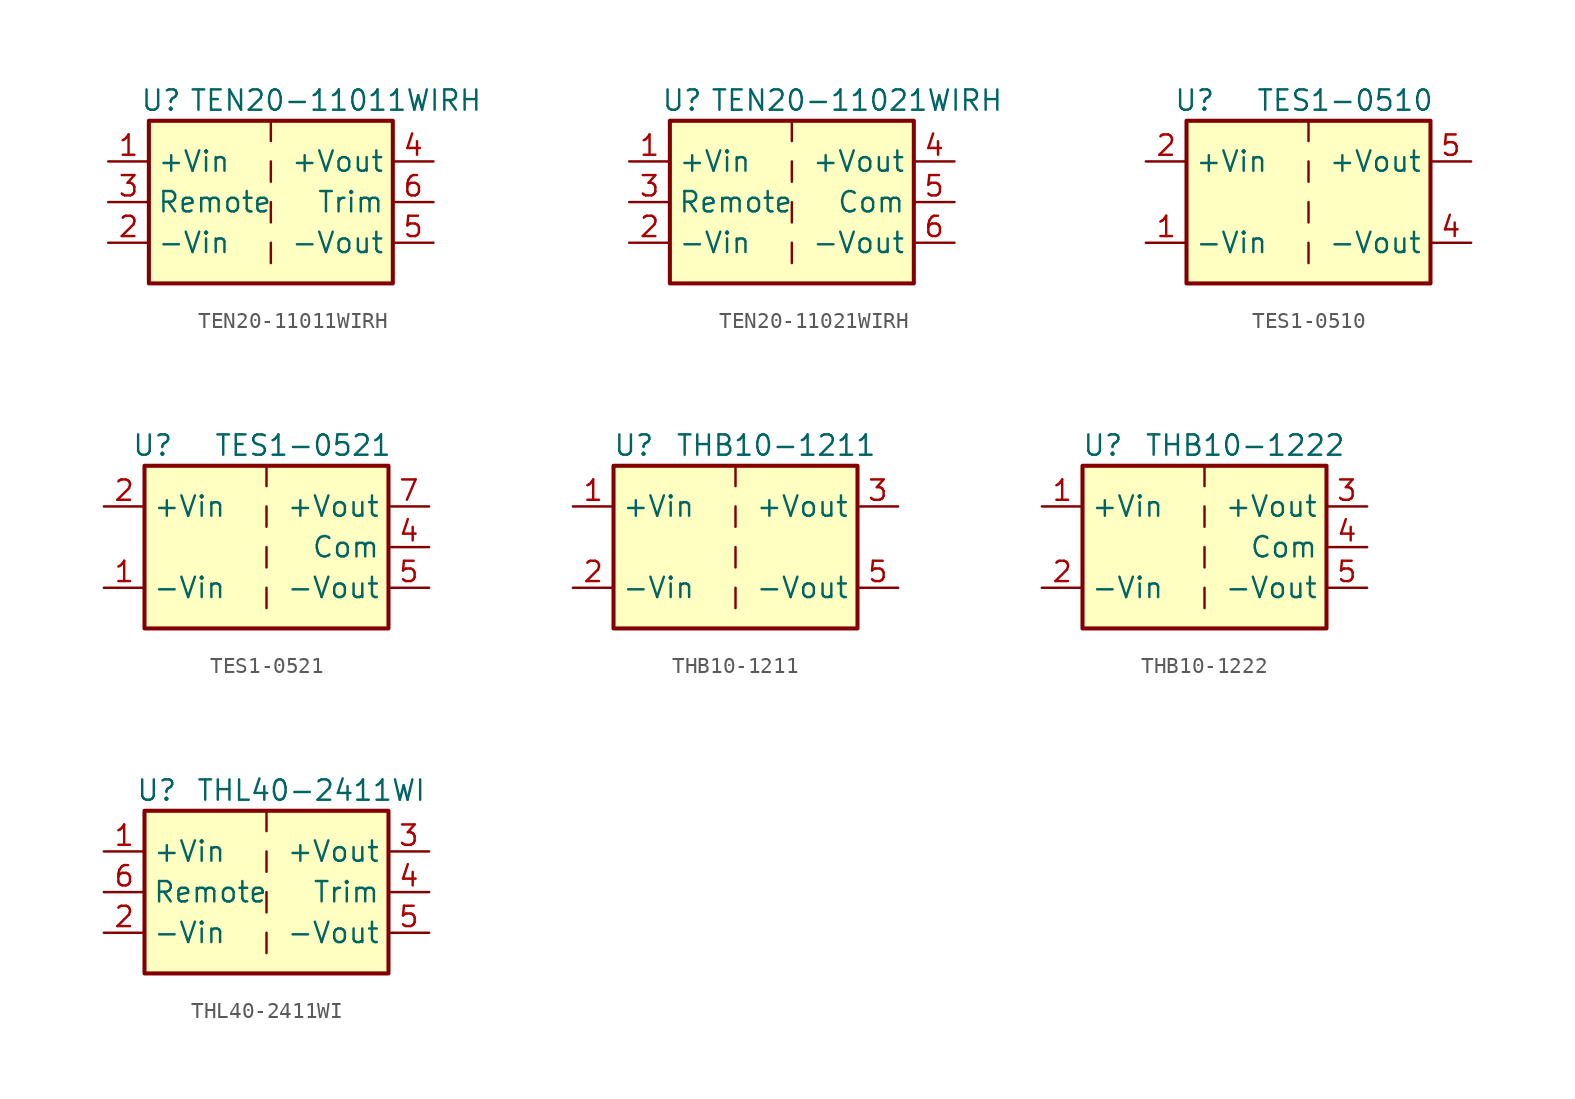
<source format=kicad_sym>
(kicad_symbol_lib
  (version 20241209)
  (generator "kicad_symbol_editor")
  (generator_version "9.0")
  (symbol "TEN20-11011WIRH"
    (property "Reference" "U"
      (at -6.858 6.35 0)
      (effects (font (size 1.27 1.27))))
    (property "Value" "TEN20-11011WIRH"
      (at 4.064 6.35 0)
      (effects (font (size 1.27 1.27))))
    (symbol "TEN20-11011WIRH_0_1"
      (rectangle (start -7.62 5.08) (end 7.62 -5.08) (stroke (width 0.254) (type default)) (fill (type background)))
      (polyline (pts (xy 0 5.08) (xy 0 3.81)) (stroke (width 0) (type default)) (fill (type none)))
      (polyline (pts (xy 0 2.54) (xy 0 1.27)) (stroke (width 0) (type default)) (fill (type none)))
      (polyline (pts (xy 0 0) (xy 0 -1.27)) (stroke (width 0) (type default)) (fill (type none)))
      (polyline (pts (xy 0 -2.54) (xy 0 -3.81)) (stroke (width 0) (type default)) (fill (type none))))
    (symbol "TEN20-11011WIRH_1_0"
      (pin power_in line (at -10.16 2.54 0) (length 2.54) (name "+Vin" (effects (font (size 1.27 1.27)))) (number "1" (effects (font (size 1.27 1.27)))))
      (pin input line (at -10.16 0 0) (length 2.54) (name "Remote" (effects (font (size 1.27 1.27)))) (number "3" (effects (font (size 1.27 1.27)))))
      (pin power_in line (at -10.16 -2.54 0) (length 2.54) (name "-Vin" (effects (font (size 1.27 1.27)))) (number "2" (effects (font (size 1.27 1.27)))))
      (pin power_out line (at 10.16 2.54 180) (length 2.54) (name "+Vout" (effects (font (size 1.27 1.27)))) (number "4" (effects (font (size 1.27 1.27)))))
      (pin input line (at 10.16 0 180) (length 2.54) (name "Trim" (effects (font (size 1.27 1.27)))) (number "6" (effects (font (size 1.27 1.27)))))
      (pin power_out line (at 10.16 -2.54 180) (length 2.54) (name "-Vout" (effects (font (size 1.27 1.27)))) (number "5" (effects (font (size 1.27 1.27)))))))
  (symbol "TEN20-11021WIRH"
    (property "Reference" "U"
      (at -6.858 6.35 0)
      (effects (font (size 1.27 1.27))))
    (property "Value" "TEN20-11021WIRH"
      (at 4.064 6.35 0)
      (effects (font (size 1.27 1.27))))
    (symbol "TEN20-11021WIRH_0_1"
      (rectangle (start -7.62 5.08) (end 7.62 -5.08) (stroke (width 0.254) (type default)) (fill (type background)))
      (polyline (pts (xy 0 5.08) (xy 0 3.81)) (stroke (width 0) (type default)) (fill (type none)))
      (polyline (pts (xy 0 2.54) (xy 0 1.27)) (stroke (width 0) (type default)) (fill (type none)))
      (polyline (pts (xy 0 0) (xy 0 -1.27)) (stroke (width 0) (type default)) (fill (type none)))
      (polyline (pts (xy 0 -2.54) (xy 0 -3.81)) (stroke (width 0) (type default)) (fill (type none))))
    (symbol "TEN20-11021WIRH_1_0"
      (pin power_in line (at -10.16 2.54 0) (length 2.54) (name "+Vin" (effects (font (size 1.27 1.27)))) (number "1" (effects (font (size 1.27 1.27)))))
      (pin input line (at -10.16 0 0) (length 2.54) (name "Remote" (effects (font (size 1.27 1.27)))) (number "3" (effects (font (size 1.27 1.27)))))
      (pin power_in line (at -10.16 -2.54 0) (length 2.54) (name "-Vin" (effects (font (size 1.27 1.27)))) (number "2" (effects (font (size 1.27 1.27)))))
      (pin power_out line (at 10.16 2.54 180) (length 2.54) (name "+Vout" (effects (font (size 1.27 1.27)))) (number "4" (effects (font (size 1.27 1.27)))))
      (pin power_out line (at 10.16 0 180) (length 2.54) (name "Com" (effects (font (size 1.27 1.27)))) (number "5" (effects (font (size 1.27 1.27)))))
      (pin power_out line (at 10.16 -2.54 180) (length 2.54) (name "-Vout" (effects (font (size 1.27 1.27)))) (number "6" (effects (font (size 1.27 1.27)))))))
  (symbol "TES1-0510"
    (property "Reference" "U"
      (at -7.112 6.35 0)
      (effects (font (size 1.27 1.27))))
    (property "Value" "TES1-0510"
      (at 2.286 6.35 0)
      (effects (font (size 1.27 1.27))))
    (symbol "TES1-0510_0_0"
      (pin power_in line (at -10.16 2.54 0) (length 2.54) (name "+Vin" (effects (font (size 1.27 1.27)))) (number "2" (effects (font (size 1.27 1.27)))))
      (pin power_in line (at -10.16 -2.54 0) (length 2.54) (name "-Vin" (effects (font (size 1.27 1.27)))) (number "1" (effects (font (size 1.27 1.27))))))
    (symbol "TES1-0510_0_1"
      (rectangle (start -7.62 5.08) (end 7.62 -5.08) (stroke (width 0.254) (type default)) (fill (type background)))
      (polyline (pts (xy 0 5.08) (xy 0 3.81)) (stroke (width 0) (type default)) (fill (type none)))
      (polyline (pts (xy 0 2.54) (xy 0 1.27)) (stroke (width 0) (type default)) (fill (type none)))
      (polyline (pts (xy 0 0) (xy 0 -1.27)) (stroke (width 0) (type default)) (fill (type none)))
      (polyline (pts (xy 0 -2.54) (xy 0 -3.81)) (stroke (width 0) (type default)) (fill (type none))))
    (symbol "TES1-0510_1_0"
      (pin no_connect line (at 0 5.08 270) (length 2.54) (hide yes) (name "NTC" (effects (font (size 1.27 1.27)))) (number "8" (effects (font (size 1.27 1.27)))))
      (pin power_out line (at 10.16 2.54 180) (length 2.54) (name "+Vout" (effects (font (size 1.27 1.27)))) (number "5" (effects (font (size 1.27 1.27)))))
      (pin power_out line (at 10.16 -2.54 180) (length 2.54) (name "-Vout" (effects (font (size 1.27 1.27)))) (number "4" (effects (font (size 1.27 1.27)))))))
  (symbol "TES1-0521"
    (property "Reference" "U"
      (at -7.112 6.35 0)
      (effects (font (size 1.27 1.27))))
    (property "Value" "TES1-0521"
      (at 2.286 6.35 0)
      (effects (font (size 1.27 1.27))))
    (symbol "TES1-0521_0_0"
      (pin power_in line (at -10.16 2.54 0) (length 2.54) (name "+Vin" (effects (font (size 1.27 1.27)))) (number "2" (effects (font (size 1.27 1.27)))))
      (pin power_in line (at -10.16 -2.54 0) (length 2.54) (name "-Vin" (effects (font (size 1.27 1.27)))) (number "1" (effects (font (size 1.27 1.27))))))
    (symbol "TES1-0521_0_1"
      (rectangle (start -7.62 5.08) (end 7.62 -5.08) (stroke (width 0.254) (type default)) (fill (type background)))
      (polyline (pts (xy 0 5.08) (xy 0 3.81)) (stroke (width 0) (type default)) (fill (type none)))
      (polyline (pts (xy 0 2.54) (xy 0 1.27)) (stroke (width 0) (type default)) (fill (type none)))
      (polyline (pts (xy 0 0) (xy 0 -1.27)) (stroke (width 0) (type default)) (fill (type none)))
      (polyline (pts (xy 0 -2.54) (xy 0 -3.81)) (stroke (width 0) (type default)) (fill (type none))))
    (symbol "TES1-0521_1_0"
      (pin no_connect line (at 0 5.08 270) (length 2.54) (hide yes) (name "NTC" (effects (font (size 1.27 1.27)))) (number "10" (effects (font (size 1.27 1.27)))))
      (pin power_out line (at 10.16 2.54 180) (length 2.54) (name "+Vout" (effects (font (size 1.27 1.27)))) (number "7" (effects (font (size 1.27 1.27)))))
      (pin power_out line (at 10.16 0 180) (length 2.54) (name "Com" (effects (font (size 1.27 1.27)))) (number "4" (effects (font (size 1.27 1.27)))))
      (pin power_out line (at 10.16 -2.54 180) (length 2.54) (name "-Vout" (effects (font (size 1.27 1.27)))) (number "5" (effects (font (size 1.27 1.27)))))))
  (symbol "THB10-1211"
    (property "Reference" "U"
      (at -6.35 6.35 0)
      (effects (font (size 1.27 1.27))))
    (property "Value" "THB10-1211"
      (at 2.54 6.35 0)
      (effects (font (size 1.27 1.27))))
    (symbol "THB10-1211_0_1"
      (rectangle (start -7.62 5.08) (end 7.62 -5.08) (stroke (width 0.254) (type default)) (fill (type background)))
      (polyline (pts (xy 0 5.08) (xy 0 3.81)) (stroke (width 0) (type default)) (fill (type none)))
      (polyline (pts (xy 0 2.54) (xy 0 1.27)) (stroke (width 0) (type default)) (fill (type none)))
      (polyline (pts (xy 0 0) (xy 0 -1.27)) (stroke (width 0) (type default)) (fill (type none)))
      (polyline (pts (xy 0 -2.54) (xy 0 -3.81)) (stroke (width 0) (type default)) (fill (type none))))
    (symbol "THB10-1211_1_1"
      (pin power_in line (at -10.16 2.54 0) (length 2.54) (name "+Vin" (effects (font (size 1.27 1.27)))) (number "1" (effects (font (size 1.27 1.27)))))
      (pin power_in line (at -10.16 -2.54 0) (length 2.54) (name "-Vin" (effects (font (size 1.27 1.27)))) (number "2" (effects (font (size 1.27 1.27)))))
      (pin power_out line (at 10.16 2.54 180) (length 2.54) (name "+Vout" (effects (font (size 1.27 1.27)))) (number "3" (effects (font (size 1.27 1.27)))))
      (pin power_out line (at 10.16 -2.54 180) (length 2.54) (name "-Vout" (effects (font (size 1.27 1.27)))) (number "5" (effects (font (size 1.27 1.27)))))))
  (symbol "THB10-1222"
    (property "Reference" "U"
      (at -6.35 6.35 0)
      (effects (font (size 1.27 1.27))))
    (property "Value" "THB10-1222"
      (at 2.54 6.35 0)
      (effects (font (size 1.27 1.27))))
    (symbol "THB10-1222_0_1"
      (rectangle (start -7.62 5.08) (end 7.62 -5.08) (stroke (width 0.254) (type default)) (fill (type background)))
      (polyline (pts (xy 0 5.08) (xy 0 3.81)) (stroke (width 0) (type default)) (fill (type none)))
      (polyline (pts (xy 0 2.54) (xy 0 1.27)) (stroke (width 0) (type default)) (fill (type none)))
      (polyline (pts (xy 0 0) (xy 0 -1.27)) (stroke (width 0) (type default)) (fill (type none)))
      (polyline (pts (xy 0 -2.54) (xy 0 -3.81)) (stroke (width 0) (type default)) (fill (type none))))
    (symbol "THB10-1222_1_1"
      (pin power_in line (at -10.16 2.54 0) (length 2.54) (name "+Vin" (effects (font (size 1.27 1.27)))) (number "1" (effects (font (size 1.27 1.27)))))
      (pin power_in line (at -10.16 -2.54 0) (length 2.54) (name "-Vin" (effects (font (size 1.27 1.27)))) (number "2" (effects (font (size 1.27 1.27)))))
      (pin power_out line (at 10.16 2.54 180) (length 2.54) (name "+Vout" (effects (font (size 1.27 1.27)))) (number "3" (effects (font (size 1.27 1.27)))))
      (pin power_out line (at 10.16 0 180) (length 2.54) (name "Com" (effects (font (size 1.27 1.27)))) (number "4" (effects (font (size 1.27 1.27)))))
      (pin power_out line (at 10.16 -2.54 180) (length 2.54) (name "-Vout" (effects (font (size 1.27 1.27)))) (number "5" (effects (font (size 1.27 1.27)))))))
  (symbol "THL40-2411WI"
    (property "Reference" "U"
      (at -6.858 6.35 0)
      (effects (font (size 1.27 1.27))))
    (property "Value" "THL40-2411WI"
      (at 2.794 6.35 0)
      (effects (font (size 1.27 1.27))))
    (symbol "THL40-2411WI_0_1"
      (rectangle (start -7.62 5.08) (end 7.62 -5.08) (stroke (width 0.254) (type default)) (fill (type background)))
      (polyline (pts (xy 0 5.08) (xy 0 3.81)) (stroke (width 0) (type default)) (fill (type none)))
      (polyline (pts (xy 0 2.54) (xy 0 1.27)) (stroke (width 0) (type default)) (fill (type none)))
      (polyline (pts (xy 0 0) (xy 0 -1.27)) (stroke (width 0) (type default)) (fill (type none)))
      (polyline (pts (xy 0 -2.54) (xy 0 -3.81)) (stroke (width 0) (type default)) (fill (type none))))
    (symbol "THL40-2411WI_1_0"
      (pin power_in line (at -10.16 2.54 0) (length 2.54) (name "+Vin" (effects (font (size 1.27 1.27)))) (number "1" (effects (font (size 1.27 1.27)))))
      (pin input line (at -10.16 0 0) (length 2.54) (name "Remote" (effects (font (size 1.27 1.27)))) (number "6" (effects (font (size 1.27 1.27)))))
      (pin power_in line (at -10.16 -2.54 0) (length 2.54) (name "-Vin" (effects (font (size 1.27 1.27)))) (number "2" (effects (font (size 1.27 1.27)))))
      (pin power_out line (at 10.16 2.54 180) (length 2.54) (name "+Vout" (effects (font (size 1.27 1.27)))) (number "3" (effects (font (size 1.27 1.27)))))
      (pin passive line (at 10.16 0 180) (length 2.54) (name "Trim" (effects (font (size 1.27 1.27)))) (number "4" (effects (font (size 1.27 1.27)))))
      (pin power_out line (at 10.16 -2.54 180) (length 2.54) (name "-Vout" (effects (font (size 1.27 1.27)))) (number "5" (effects (font (size 1.27 1.27))))))))
</source>
